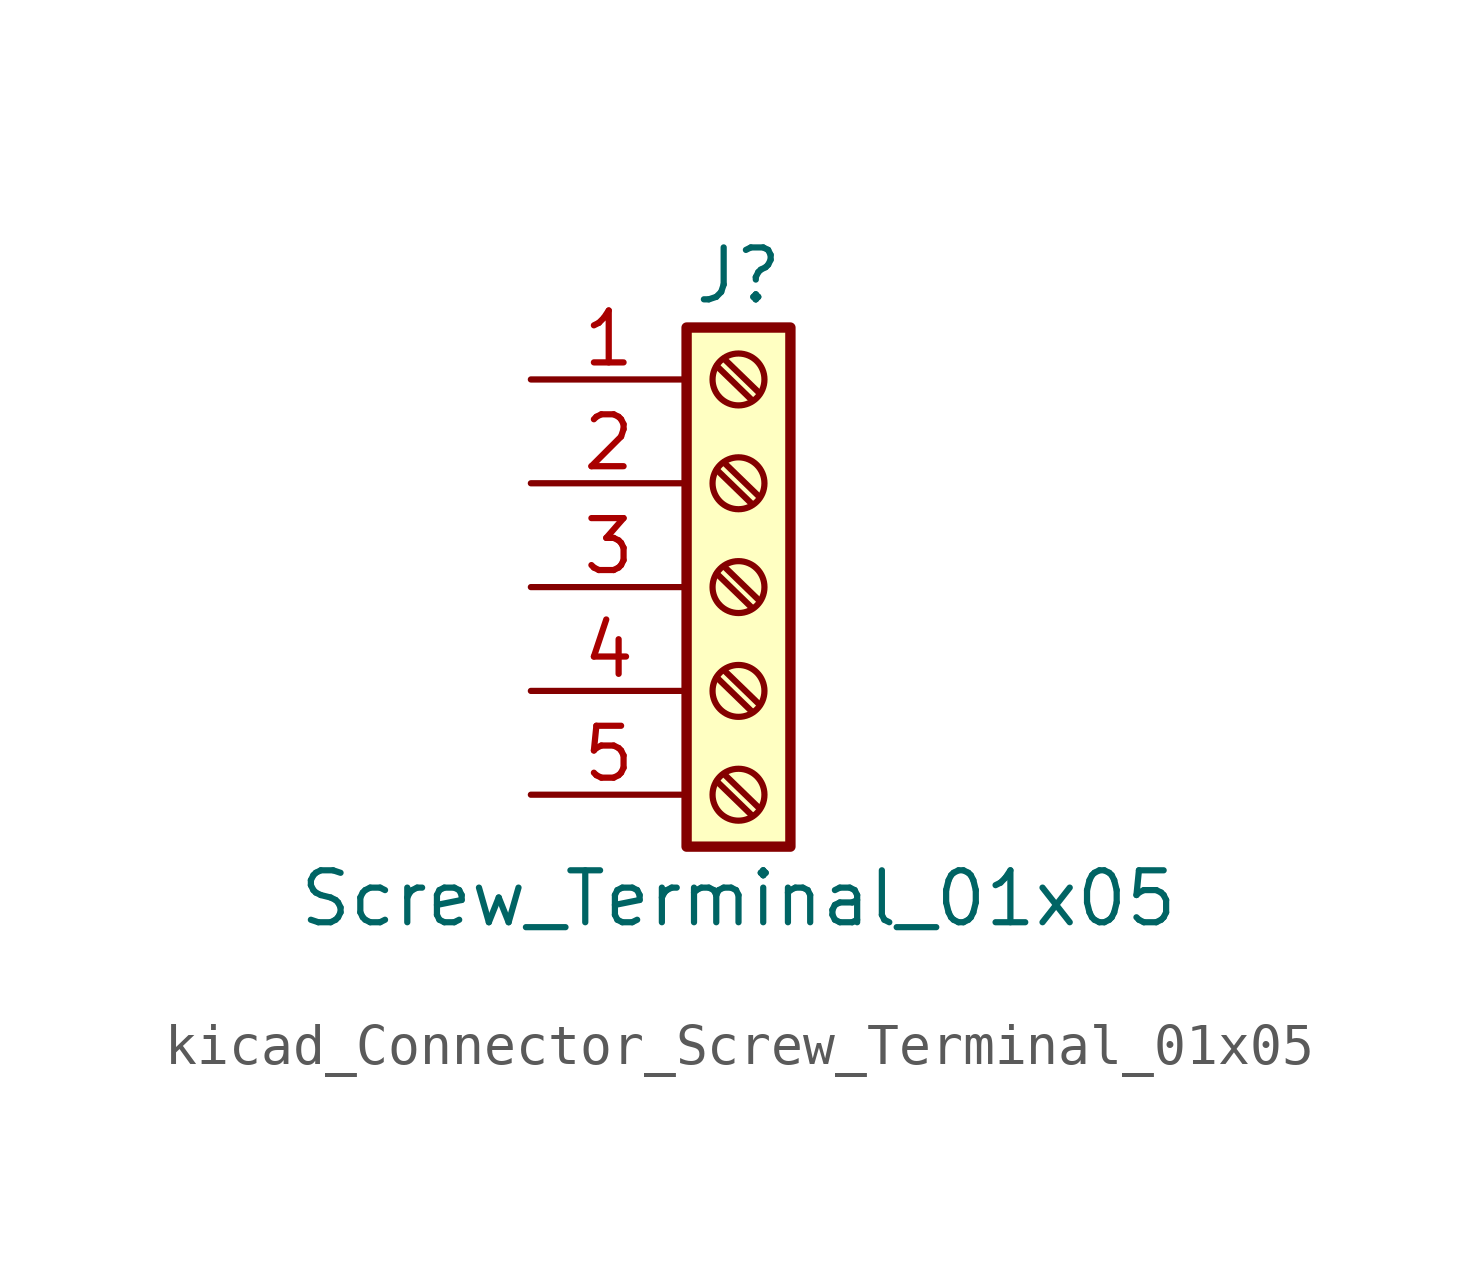
<source format=kicad_sym>
(kicad_symbol_lib
  (version 20220914)
  (generator kicad_symbol_editor)
  (symbol "kicad_Connector_Screw_Terminal_01x05"
    (pin_names
      (offset 1.016) hide)
    (property "Reference" "J"
      (at 0 7.62 0)
      (effects (font (size 1.27 1.27))))
    (property "Value" "Screw_Terminal_01x05"
      (at 0 -7.62 0)
      (effects (font (size 1.27 1.27))))
    (symbol "kicad_Connector_Screw_Terminal_01x05_1_1"
      (rectangle (start -1.27 6.35) (end 1.27 -6.35) (stroke (width 0.254) (type default)) (fill (type background)))
      (circle (center 0 -5.08) (radius 0.635) (stroke (width 0.152) (type default)) (fill (type none)))
      (circle (center 0 -2.54) (radius 0.635) (stroke (width 0.152) (type default)) (fill (type none)))
      (polyline (pts (xy -0.533 -4.75) (xy 0.33 -5.588)) (stroke (width 0.152) (type default)) (fill (type none)))
      (polyline (pts (xy -0.533 -2.21) (xy 0.33 -3.048)) (stroke (width 0.152) (type default)) (fill (type none)))
      (polyline (pts (xy -0.533 0.33) (xy 0.33 -0.508)) (stroke (width 0.152) (type default)) (fill (type none)))
      (polyline (pts (xy -0.533 2.87) (xy 0.33 2.032)) (stroke (width 0.152) (type default)) (fill (type none)))
      (polyline (pts (xy -0.533 5.41) (xy 0.33 4.572)) (stroke (width 0.152) (type default)) (fill (type none)))
      (polyline (pts (xy -0.356 -4.572) (xy 0.508 -5.41)) (stroke (width 0.152) (type default)) (fill (type none)))
      (polyline (pts (xy -0.356 -2.032) (xy 0.508 -2.87)) (stroke (width 0.152) (type default)) (fill (type none)))
      (polyline (pts (xy -0.356 0.508) (xy 0.508 -0.33)) (stroke (width 0.152) (type default)) (fill (type none)))
      (polyline (pts (xy -0.356 3.048) (xy 0.508 2.21)) (stroke (width 0.152) (type default)) (fill (type none)))
      (polyline (pts (xy -0.356 5.588) (xy 0.508 4.75)) (stroke (width 0.152) (type default)) (fill (type none)))
      (circle (center 0 0) (radius 0.635) (stroke (width 0.152) (type default)) (fill (type none)))
      (circle (center 0 2.54) (radius 0.635) (stroke (width 0.152) (type default)) (fill (type none)))
      (circle (center 0 5.08) (radius 0.635) (stroke (width 0.152) (type default)) (fill (type none)))
      (pin passive line (at -5.08 5.08 0) (length 3.81) (name "Pin_1" (effects (font (size 1.27 1.27)))) (number "1" (effects (font (size 1.27 1.27)))))
      (pin passive line (at -5.08 2.54 0) (length 3.81) (name "Pin_2" (effects (font (size 1.27 1.27)))) (number "2" (effects (font (size 1.27 1.27)))))
      (pin passive line (at -5.08 0 0) (length 3.81) (name "Pin_3" (effects (font (size 1.27 1.27)))) (number "3" (effects (font (size 1.27 1.27)))))
      (pin passive line (at -5.08 -2.54 0) (length 3.81) (name "Pin_4" (effects (font (size 1.27 1.27)))) (number "4" (effects (font (size 1.27 1.27)))))
      (pin passive line (at -5.08 -5.08 0) (length 3.81) (name "Pin_5" (effects (font (size 1.27 1.27)))) (number "5" (effects (font (size 1.27 1.27))))))))
</source>
